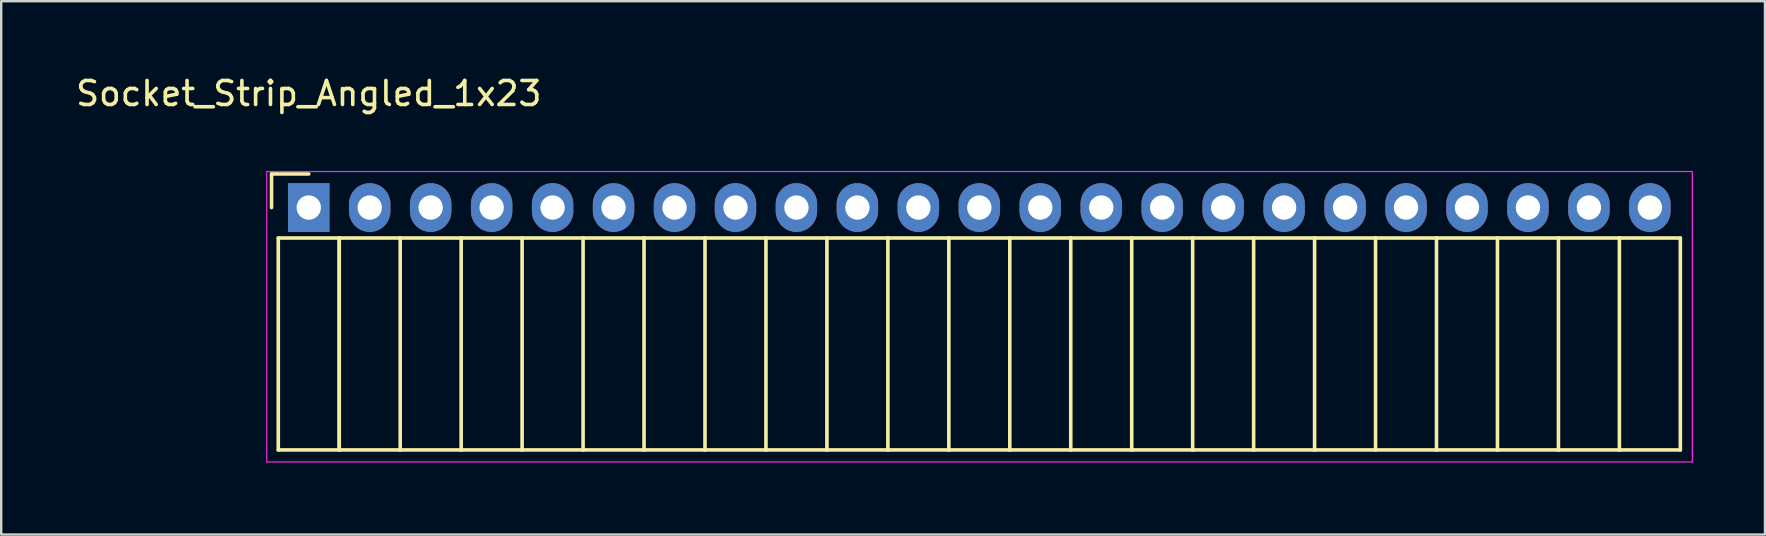
<source format=kicad_pcb>
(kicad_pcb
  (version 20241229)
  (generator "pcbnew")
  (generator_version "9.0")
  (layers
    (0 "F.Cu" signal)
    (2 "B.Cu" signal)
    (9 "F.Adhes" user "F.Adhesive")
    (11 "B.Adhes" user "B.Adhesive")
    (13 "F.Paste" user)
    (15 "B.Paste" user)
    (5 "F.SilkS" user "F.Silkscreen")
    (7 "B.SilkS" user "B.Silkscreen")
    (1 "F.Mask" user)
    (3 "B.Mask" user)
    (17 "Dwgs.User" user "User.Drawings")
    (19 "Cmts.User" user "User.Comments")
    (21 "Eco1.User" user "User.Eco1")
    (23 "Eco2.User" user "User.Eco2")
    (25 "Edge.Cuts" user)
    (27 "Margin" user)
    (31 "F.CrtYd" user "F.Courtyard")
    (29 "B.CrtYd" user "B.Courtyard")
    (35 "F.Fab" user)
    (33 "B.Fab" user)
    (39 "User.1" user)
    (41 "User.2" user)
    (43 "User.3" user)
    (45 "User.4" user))
  (footprint "Socket_Strip_Angled_1x23"
    (layer "F.Cu")
    (at 9.815 5.598)
    (property "Reference" "Socket_Strip_Angled_1x23" (at 0 -4.75 0) (layer "F.SilkS") (effects (font (size 1 1) (thickness 0.15))))
    (attr through_hole)
    (fp_line (start -1.55 -1.4) (end -1.55 0) (stroke (width 0.15) (type solid)) (layer "F.SilkS"))
    (fp_line (start -1.27 1.27) (end -1.27 10.1) (stroke (width 0.15) (type solid)) (layer "F.SilkS"))
    (fp_line (start -1.27 1.27) (end 1.27 1.27) (stroke (width 0.15) (type solid)) (layer "F.SilkS"))
    (fp_line (start -1.27 10.1) (end 1.27 10.1) (stroke (width 0.15) (type solid)) (layer "F.SilkS"))
    (fp_line (start 0 -1.4) (end -1.55 -1.4) (stroke (width 0.15) (type solid)) (layer "F.SilkS"))
    (fp_line (start 1.27 1.27) (end 1.27 10.1) (stroke (width 0.15) (type solid)) (layer "F.SilkS"))
    (fp_line (start 1.27 1.27) (end 3.81 1.27) (stroke (width 0.15) (type solid)) (layer "F.SilkS"))
    (fp_line (start 1.27 10.1) (end 1.27 1.27) (stroke (width 0.15) (type solid)) (layer "F.SilkS"))
    (fp_line (start 1.27 10.1) (end 3.81 10.1) (stroke (width 0.15) (type solid)) (layer "F.SilkS"))
    (fp_line (start 3.81 1.27) (end 6.35 1.27) (stroke (width 0.15) (type solid)) (layer "F.SilkS"))
    (fp_line (start 3.81 10.1) (end 3.81 1.27) (stroke (width 0.15) (type solid)) (layer "F.SilkS"))
    (fp_line (start 3.81 10.1) (end 6.35 10.1) (stroke (width 0.15) (type solid)) (layer "F.SilkS"))
    (fp_line (start 6.35 1.27) (end 8.89 1.27) (stroke (width 0.15) (type solid)) (layer "F.SilkS"))
    (fp_line (start 6.35 10.1) (end 6.35 1.27) (stroke (width 0.15) (type solid)) (layer "F.SilkS"))
    (fp_line (start 6.35 10.1) (end 8.89 10.1) (stroke (width 0.15) (type solid)) (layer "F.SilkS"))
    (fp_line (start 8.89 1.27) (end 11.43 1.27) (stroke (width 0.15) (type solid)) (layer "F.SilkS"))
    (fp_line (start 8.89 10.1) (end 8.89 1.27) (stroke (width 0.15) (type solid)) (layer "F.SilkS"))
    (fp_line (start 8.89 10.1) (end 11.43 10.1) (stroke (width 0.15) (type solid)) (layer "F.SilkS"))
    (fp_line (start 11.43 1.27) (end 13.97 1.27) (stroke (width 0.15) (type solid)) (layer "F.SilkS"))
    (fp_line (start 11.43 10.1) (end 11.43 1.27) (stroke (width 0.15) (type solid)) (layer "F.SilkS"))
    (fp_line (start 11.43 10.1) (end 13.97 10.1) (stroke (width 0.15) (type solid)) (layer "F.SilkS"))
    (fp_line (start 13.97 1.27) (end 16.51 1.27) (stroke (width 0.15) (type solid)) (layer "F.SilkS"))
    (fp_line (start 13.97 10.1) (end 13.97 1.27) (stroke (width 0.15) (type solid)) (layer "F.SilkS"))
    (fp_line (start 13.97 10.1) (end 16.51 10.1) (stroke (width 0.15) (type solid)) (layer "F.SilkS"))
    (fp_line (start 16.51 1.27) (end 19.05 1.27) (stroke (width 0.15) (type solid)) (layer "F.SilkS"))
    (fp_line (start 16.51 10.1) (end 16.51 1.27) (stroke (width 0.15) (type solid)) (layer "F.SilkS"))
    (fp_line (start 16.51 10.1) (end 19.05 10.1) (stroke (width 0.15) (type solid)) (layer "F.SilkS"))
    (fp_line (start 19.05 1.27) (end 21.59 1.27) (stroke (width 0.15) (type solid)) (layer "F.SilkS"))
    (fp_line (start 19.05 10.1) (end 19.05 1.27) (stroke (width 0.15) (type solid)) (layer "F.SilkS"))
    (fp_line (start 19.05 10.1) (end 21.59 10.1) (stroke (width 0.15) (type solid)) (layer "F.SilkS"))
    (fp_line (start 21.59 1.27) (end 24.13 1.27) (stroke (width 0.15) (type solid)) (layer "F.SilkS"))
    (fp_line (start 21.59 10.1) (end 21.59 1.27) (stroke (width 0.15) (type solid)) (layer "F.SilkS"))
    (fp_line (start 21.59 10.1) (end 24.13 10.1) (stroke (width 0.15) (type solid)) (layer "F.SilkS"))
    (fp_line (start 24.13 1.27) (end 26.67 1.27) (stroke (width 0.15) (type solid)) (layer "F.SilkS"))
    (fp_line (start 24.13 10.1) (end 24.13 1.27) (stroke (width 0.15) (type solid)) (layer "F.SilkS"))
    (fp_line (start 24.13 10.1) (end 26.67 10.1) (stroke (width 0.15) (type solid)) (layer "F.SilkS"))
    (fp_line (start 26.67 1.27) (end 29.21 1.27) (stroke (width 0.15) (type solid)) (layer "F.SilkS"))
    (fp_line (start 26.67 10.1) (end 26.67 1.27) (stroke (width 0.15) (type solid)) (layer "F.SilkS"))
    (fp_line (start 26.67 10.1) (end 29.21 10.1) (stroke (width 0.15) (type solid)) (layer "F.SilkS"))
    (fp_line (start 29.21 1.27) (end 31.75 1.27) (stroke (width 0.15) (type solid)) (layer "F.SilkS"))
    (fp_line (start 29.21 10.1) (end 29.21 1.27) (stroke (width 0.15) (type solid)) (layer "F.SilkS"))
    (fp_line (start 29.21 10.1) (end 31.75 10.1) (stroke (width 0.15) (type solid)) (layer "F.SilkS"))
    (fp_line (start 31.75 1.27) (end 34.29 1.27) (stroke (width 0.15) (type solid)) (layer "F.SilkS"))
    (fp_line (start 31.75 10.1) (end 31.75 1.27) (stroke (width 0.15) (type solid)) (layer "F.SilkS"))
    (fp_line (start 31.75 10.1) (end 34.29 10.1) (stroke (width 0.15) (type solid)) (layer "F.SilkS"))
    (fp_line (start 34.29 1.27) (end 36.83 1.27) (stroke (width 0.15) (type solid)) (layer "F.SilkS"))
    (fp_line (start 34.29 10.1) (end 34.29 1.27) (stroke (width 0.15) (type solid)) (layer "F.SilkS"))
    (fp_line (start 34.29 10.1) (end 36.83 10.1) (stroke (width 0.15) (type solid)) (layer "F.SilkS"))
    (fp_line (start 36.83 1.27) (end 39.37 1.27) (stroke (width 0.15) (type solid)) (layer "F.SilkS"))
    (fp_line (start 36.83 10.1) (end 36.83 1.27) (stroke (width 0.15) (type solid)) (layer "F.SilkS"))
    (fp_line (start 36.83 10.1) (end 39.37 10.1) (stroke (width 0.15) (type solid)) (layer "F.SilkS"))
    (fp_line (start 39.37 1.27) (end 41.91 1.27) (stroke (width 0.15) (type solid)) (layer "F.SilkS"))
    (fp_line (start 39.37 10.1) (end 39.37 1.27) (stroke (width 0.15) (type solid)) (layer "F.SilkS"))
    (fp_line (start 39.37 10.1) (end 41.91 10.1) (stroke (width 0.15) (type solid)) (layer "F.SilkS"))
    (fp_line (start 41.91 1.27) (end 44.45 1.27) (stroke (width 0.15) (type solid)) (layer "F.SilkS"))
    (fp_line (start 41.91 10.1) (end 41.91 1.27) (stroke (width 0.15) (type solid)) (layer "F.SilkS"))
    (fp_line (start 41.91 10.1) (end 44.45 10.1) (stroke (width 0.15) (type solid)) (layer "F.SilkS"))
    (fp_line (start 44.45 1.27) (end 46.99 1.27) (stroke (width 0.15) (type solid)) (layer "F.SilkS"))
    (fp_line (start 44.45 10.1) (end 44.45 1.27) (stroke (width 0.15) (type solid)) (layer "F.SilkS"))
    (fp_line (start 44.45 10.1) (end 46.99 10.1) (stroke (width 0.15) (type solid)) (layer "F.SilkS"))
    (fp_line (start 46.99 1.27) (end 49.53 1.27) (stroke (width 0.15) (type solid)) (layer "F.SilkS"))
    (fp_line (start 46.99 10.1) (end 46.99 1.27) (stroke (width 0.15) (type solid)) (layer "F.SilkS"))
    (fp_line (start 46.99 10.1) (end 49.53 10.1) (stroke (width 0.15) (type solid)) (layer "F.SilkS"))
    (fp_line (start 49.53 1.27) (end 52.07 1.27) (stroke (width 0.15) (type solid)) (layer "F.SilkS"))
    (fp_line (start 49.53 10.1) (end 49.53 1.27) (stroke (width 0.15) (type solid)) (layer "F.SilkS"))
    (fp_line (start 49.53 10.1) (end 52.07 10.1) (stroke (width 0.15) (type solid)) (layer "F.SilkS"))
    (fp_line (start 52.07 1.27) (end 54.61 1.27) (stroke (width 0.15) (type solid)) (layer "F.SilkS"))
    (fp_line (start 52.07 10.1) (end 52.07 1.27) (stroke (width 0.15) (type solid)) (layer "F.SilkS"))
    (fp_line (start 52.07 10.1) (end 54.61 10.1) (stroke (width 0.15) (type solid)) (layer "F.SilkS"))
    (fp_line (start 54.61 1.27) (end 57.15 1.27) (stroke (width 0.15) (type solid)) (layer "F.SilkS"))
    (fp_line (start 54.61 10.1) (end 54.61 1.27) (stroke (width 0.15) (type solid)) (layer "F.SilkS"))
    (fp_line (start 54.61 10.1) (end 57.15 10.1) (stroke (width 0.15) (type solid)) (layer "F.SilkS"))
    (fp_line (start 57.15 10.1) (end 57.15 1.27) (stroke (width 0.15) (type solid)) (layer "F.SilkS"))
    (fp_line (start -1.75 -1.5) (end -1.75 10.6) (stroke (width 0.05) (type solid)) (layer "F.CrtYd"))
    (fp_line (start -1.75 -1.5) (end 57.65 -1.5) (stroke (width 0.05) (type solid)) (layer "F.CrtYd"))
    (fp_line (start -1.75 10.6) (end 57.65 10.6) (stroke (width 0.05) (type solid)) (layer "F.CrtYd"))
    (fp_line (start 57.65 -1.5) (end 57.65 10.6) (stroke (width 0.05) (type solid)) (layer "F.CrtYd"))
    (pad "1" thru_hole rect (at 0 0) (size 1.727 2.032) (drill 1.016) (layers "*.Cu" "*.Mask"))
    (pad "2" thru_hole oval (at 2.54 0) (size 1.727 2.032) (drill 1.016) (layers "*.Cu" "*.Mask"))
    (pad "3" thru_hole oval (at 5.08 0) (size 1.727 2.032) (drill 1.016) (layers "*.Cu" "*.Mask"))
    (pad "4" thru_hole oval (at 7.62 0) (size 1.727 2.032) (drill 1.016) (layers "*.Cu" "*.Mask"))
    (pad "5" thru_hole oval (at 10.16 0) (size 1.727 2.032) (drill 1.016) (layers "*.Cu" "*.Mask"))
    (pad "6" thru_hole oval (at 12.7 0) (size 1.727 2.032) (drill 1.016) (layers "*.Cu" "*.Mask"))
    (pad "7" thru_hole oval (at 15.24 0) (size 1.727 2.032) (drill 1.016) (layers "*.Cu" "*.Mask"))
    (pad "8" thru_hole oval (at 17.78 0) (size 1.727 2.032) (drill 1.016) (layers "*.Cu" "*.Mask"))
    (pad "9" thru_hole oval (at 20.32 0) (size 1.727 2.032) (drill 1.016) (layers "*.Cu" "*.Mask"))
    (pad "10" thru_hole oval (at 22.86 0) (size 1.727 2.032) (drill 1.016) (layers "*.Cu" "*.Mask"))
    (pad "11" thru_hole oval (at 25.4 0) (size 1.727 2.032) (drill 1.016) (layers "*.Cu" "*.Mask"))
    (pad "12" thru_hole oval (at 27.94 0) (size 1.727 2.032) (drill 1.016) (layers "*.Cu" "*.Mask"))
    (pad "13" thru_hole oval (at 30.48 0) (size 1.727 2.032) (drill 1.016) (layers "*.Cu" "*.Mask"))
    (pad "14" thru_hole oval (at 33.02 0) (size 1.727 2.032) (drill 1.016) (layers "*.Cu" "*.Mask"))
    (pad "15" thru_hole oval (at 35.56 0) (size 1.727 2.032) (drill 1.016) (layers "*.Cu" "*.Mask"))
    (pad "16" thru_hole oval (at 38.1 0) (size 1.727 2.032) (drill 1.016) (layers "*.Cu" "*.Mask"))
    (pad "17" thru_hole oval (at 40.64 0) (size 1.727 2.032) (drill 1.016) (layers "*.Cu" "*.Mask"))
    (pad "18" thru_hole oval (at 43.18 0) (size 1.727 2.032) (drill 1.016) (layers "*.Cu" "*.Mask"))
    (pad "19" thru_hole oval (at 45.72 0) (size 1.727 2.032) (drill 1.016) (layers "*.Cu" "*.Mask"))
    (pad "20" thru_hole oval (at 48.26 0) (size 1.727 2.032) (drill 1.016) (layers "*.Cu" "*.Mask"))
    (pad "21" thru_hole oval (at 50.8 0) (size 1.727 2.032) (drill 1.016) (layers "*.Cu" "*.Mask"))
    (pad "22" thru_hole oval (at 53.34 0) (size 1.727 2.032) (drill 1.016) (layers "*.Cu" "*.Mask"))
    (pad "23" thru_hole oval (at 55.88 0) (size 1.727 2.032) (drill 1.016) (layers "*.Cu" "*.Mask")))
  (gr_rect
    (start -3 -3)
    (end 70.49 19.223)
    (stroke (width 0.1) (type default))
    (fill no)
    (layer "Edge.Cuts")))
</source>
